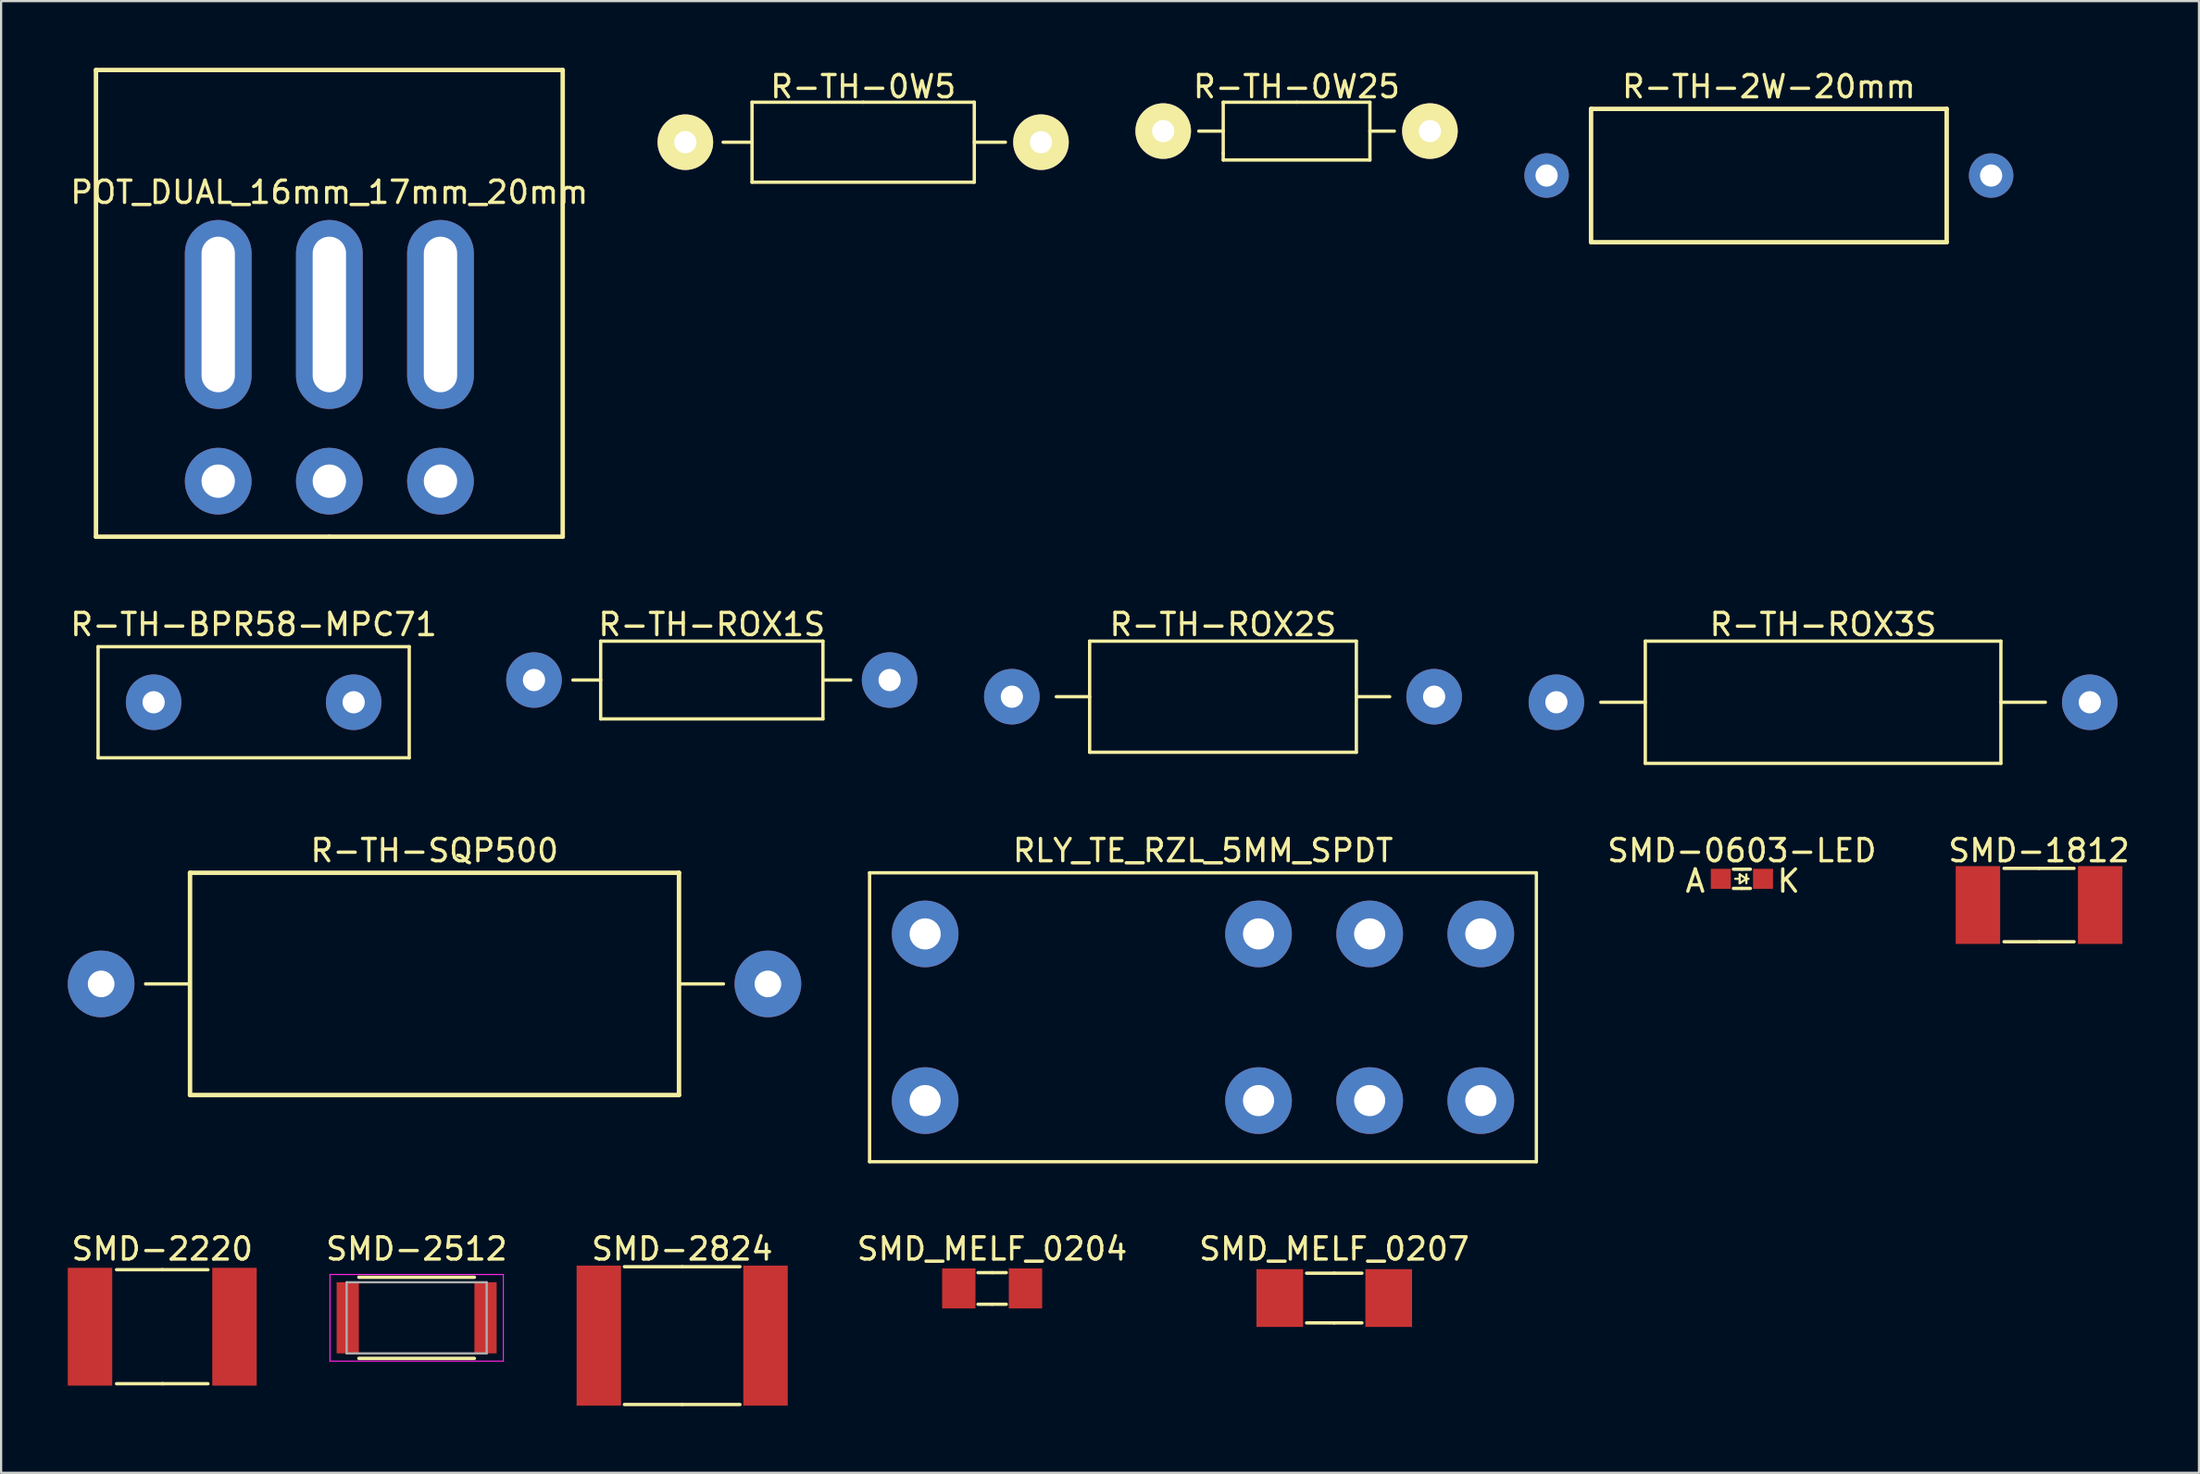
<source format=kicad_pcb>
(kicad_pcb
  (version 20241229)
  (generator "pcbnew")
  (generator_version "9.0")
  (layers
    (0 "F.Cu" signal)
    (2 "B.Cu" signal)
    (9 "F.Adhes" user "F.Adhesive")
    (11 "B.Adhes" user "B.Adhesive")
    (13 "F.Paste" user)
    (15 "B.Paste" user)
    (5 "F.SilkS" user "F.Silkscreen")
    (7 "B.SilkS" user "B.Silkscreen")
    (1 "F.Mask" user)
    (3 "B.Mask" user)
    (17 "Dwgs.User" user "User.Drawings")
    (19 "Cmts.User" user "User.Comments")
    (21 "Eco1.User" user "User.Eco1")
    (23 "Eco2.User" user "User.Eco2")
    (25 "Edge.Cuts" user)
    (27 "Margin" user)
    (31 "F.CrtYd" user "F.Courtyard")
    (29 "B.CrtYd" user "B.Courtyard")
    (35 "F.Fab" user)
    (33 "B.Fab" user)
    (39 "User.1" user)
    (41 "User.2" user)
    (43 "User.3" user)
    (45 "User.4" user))
  (footprint "SMD-1812"
    (layer "F.Cu")
    (at 88.692 37.672)
    (property "Reference" "SMD-1812" (at 0 -2.45 0) (layer "F.SilkS") (effects (font (size 1 1) (thickness 0.15))))
    (attr through_hole)
    (fp_line (start 0 -1.651) (end -1.575 -1.651) (stroke (width 0.15) (type solid)) (layer "F.SilkS"))
    (fp_line (start 0 -1.651) (end 1.575 -1.651) (stroke (width 0.15) (type solid)) (layer "F.SilkS"))
    (fp_line (start 0 1.651) (end -1.575 1.651) (stroke (width 0.15) (type solid)) (layer "F.SilkS"))
    (fp_line (start 0 1.651) (end 1.575 1.651) (stroke (width 0.15) (type solid)) (layer "F.SilkS"))
    (pad "1" smd rect (at -2.75 0) (size 2 3.5) (layers "F.Cu" "F.Mask" "F.Paste"))
    (pad "2" smd rect (at 2.75 0) (size 2 3.5) (layers "F.Cu" "F.Mask" "F.Paste")))
  (footprint "R-TH-ROX2S"
    (layer "F.Cu")
    (at 51.976 28.298)
    (property "Reference" "R-TH-ROX2S" (at 0 -3.25 0) (layer "F.SilkS") (effects (font (size 1 1) (thickness 0.15))))
    (attr through_hole)
    (fp_line (start -6 -2.5) (end 6 -2.5) (stroke (width 0.15) (type solid)) (layer "F.SilkS"))
    (fp_line (start -6 0) (end -7.5 0) (stroke (width 0.15) (type solid)) (layer "F.SilkS"))
    (fp_line (start -6 2.5) (end -6 -2.5) (stroke (width 0.15) (type solid)) (layer "F.SilkS"))
    (fp_line (start 6 -2.5) (end 6 2.5) (stroke (width 0.15) (type solid)) (layer "F.SilkS"))
    (fp_line (start 6 0) (end 7.5 0) (stroke (width 0.15) (type solid)) (layer "F.SilkS"))
    (fp_line (start 6 2.5) (end -6 2.5) (stroke (width 0.15) (type solid)) (layer "F.SilkS"))
    (pad "1" thru_hole circle (at -9.5 0) (size 2.5 2.5) (drill 1) (layers "*.Cu" "*.Mask"))
    (pad "2" thru_hole circle (at 9.5 0) (size 2.5 2.5) (drill 1) (layers "*.Cu" "*.Mask")))
  (footprint "R-TH-BPR58-MPC71"
    (layer "F.Cu")
    (at 8.363 28.548)
    (property "Reference" "R-TH-BPR58-MPC71" (at 0 -3.5 0) (layer "F.SilkS") (effects (font (size 1 1) (thickness 0.15))))
    (attr through_hole)
    (fp_line (start -7 -2.5) (end 7 -2.5) (stroke (width 0.15) (type solid)) (layer "F.SilkS"))
    (fp_line (start -7 2.5) (end -7 -2.5) (stroke (width 0.15) (type solid)) (layer "F.SilkS"))
    (fp_line (start 7 -2.5) (end 7 2.5) (stroke (width 0.15) (type solid)) (layer "F.SilkS"))
    (fp_line (start 7 2.5) (end -7 2.5) (stroke (width 0.15) (type solid)) (layer "F.SilkS"))
    (pad "1" thru_hole circle (at -4.5 0) (size 2.5 2.5) (drill 1) (layers "*.Cu" "*.Mask"))
    (pad "2" thru_hole circle (at 4.5 0) (size 2.5 2.5) (drill 1) (layers "*.Cu" "*.Mask")))
  (footprint "SMD-2512"
    (layer "F.Cu")
    (at 15.696 56.245)
    (property "Reference" "SMD-2512" (at 0 -3.1 0) (layer "F.SilkS") (effects (font (size 1 1) (thickness 0.15))))
    (attr smd)
    (fp_line (start -2.6 -1.825) (end 2.6 -1.825) (stroke (width 0.15) (type solid)) (layer "F.SilkS"))
    (fp_line (start 2.6 1.825) (end -2.6 1.825) (stroke (width 0.15) (type solid)) (layer "F.SilkS"))
    (fp_line (start -3.9 -1.95) (end -3.9 1.95) (stroke (width 0.05) (type solid)) (layer "F.CrtYd"))
    (fp_line (start -3.9 -1.95) (end 3.9 -1.95) (stroke (width 0.05) (type solid)) (layer "F.CrtYd"))
    (fp_line (start -3.9 1.95) (end 3.9 1.95) (stroke (width 0.05) (type solid)) (layer "F.CrtYd"))
    (fp_line (start 3.9 -1.95) (end 3.9 1.95) (stroke (width 0.05) (type solid)) (layer "F.CrtYd"))
    (fp_line (start -3.15 -1.6) (end 3.15 -1.6) (stroke (width 0.1) (type solid)) (layer "F.Fab"))
    (fp_line (start -3.15 1.6) (end -3.15 -1.6) (stroke (width 0.1) (type solid)) (layer "F.Fab"))
    (fp_line (start 3.15 -1.6) (end 3.15 1.6) (stroke (width 0.1) (type solid)) (layer "F.Fab"))
    (fp_line (start 3.15 1.6) (end -3.15 1.6) (stroke (width 0.1) (type solid)) (layer "F.Fab"))
    (pad "1" smd rect (at -3.1 0) (size 1 3.2) (layers "F.Cu" "F.Mask" "F.Paste"))
    (pad "2" smd rect (at 3.1 0) (size 1 3.2) (layers "F.Cu" "F.Mask" "F.Paste")))
  (footprint "R-TH-SQP500"
    (layer "F.Cu")
    (at 16.5 41.221)
    (property "Reference" "R-TH-SQP500" (at 0 -6 0) (layer "F.SilkS") (effects (font (size 1 1) (thickness 0.15))))
    (attr through_hole)
    (fp_line (start -11 -5) (end -11 5) (stroke (width 0.2) (type solid)) (layer "F.SilkS"))
    (fp_line (start -11 0) (end -13 0) (stroke (width 0.15) (type solid)) (layer "F.SilkS"))
    (fp_line (start -11 5) (end 11 5) (stroke (width 0.2) (type solid)) (layer "F.SilkS"))
    (fp_line (start 11 -5) (end -11 -5) (stroke (width 0.2) (type solid)) (layer "F.SilkS"))
    (fp_line (start 11 0) (end 13 0) (stroke (width 0.15) (type solid)) (layer "F.SilkS"))
    (fp_line (start 11 5) (end 11 -5) (stroke (width 0.2) (type solid)) (layer "F.SilkS"))
    (pad "1" thru_hole circle (at -15 0) (size 3 3) (drill 1.2) (layers "*.Cu" "*.Mask"))
    (pad "2" thru_hole circle (at 15 0) (size 3 3) (drill 1.2) (layers "*.Cu" "*.Mask")))
  (footprint "SMD_MELF_0204"
    (layer "F.Cu")
    (at 41.589 54.923)
    (property "Reference" "SMD_MELF_0204" (at 0 -1.778 0) (layer "F.SilkS") (effects (font (size 1 1) (thickness 0.15))))
    (attr smd)
    (fp_line (start 0 -0.711) (end -0.635 -0.711) (stroke (width 0.15) (type solid)) (layer "F.SilkS"))
    (fp_line (start 0 -0.711) (end 0.635 -0.711) (stroke (width 0.15) (type solid)) (layer "F.SilkS"))
    (fp_line (start 0 0.711) (end -0.635 0.711) (stroke (width 0.15) (type solid)) (layer "F.SilkS"))
    (fp_line (start 0 0.711) (end 0.635 0.711) (stroke (width 0.15) (type solid)) (layer "F.SilkS"))
    (pad "1" smd rect (at -1.5 0) (size 1.5 1.8) (layers "F.Cu" "F.Mask" "F.Paste"))
    (pad "2" smd rect (at 1.5 0) (size 1.5 1.8) (layers "F.Cu" "F.Mask" "F.Paste")))
  (footprint "R-TH-0W25"
    (layer "F.Cu")
    (at 55.286 2.848)
    (property "Reference" "R-TH-0W25" (at 0 -2 0) (layer "F.SilkS") (effects (font (size 1 1) (thickness 0.15))))
    (attr through_hole)
    (fp_line (start -3.3 -1.3) (end -3.3 1) (stroke (width 0.15) (type solid)) (layer "F.SilkS"))
    (fp_line (start -3.3 0) (end -4.4 0) (stroke (width 0.15) (type solid)) (layer "F.SilkS"))
    (fp_line (start -3.3 1) (end -3.3 1.3) (stroke (width 0.15) (type solid)) (layer "F.SilkS"))
    (fp_line (start -3.3 1.3) (end 3.3 1.3) (stroke (width 0.15) (type solid)) (layer "F.SilkS"))
    (fp_line (start 0 -1.3) (end -3.3 -1.3) (stroke (width 0.15) (type solid)) (layer "F.SilkS"))
    (fp_line (start 3.3 -1.3) (end 0 -1.3) (stroke (width 0.15) (type solid)) (layer "F.SilkS"))
    (fp_line (start 3.3 0) (end 4.4 0) (stroke (width 0.15) (type solid)) (layer "F.SilkS"))
    (fp_line (start 3.3 1.3) (end 3.3 -1.3) (stroke (width 0.15) (type solid)) (layer "F.SilkS"))
    (pad "1" thru_hole circle (at -6 0) (size 2.5 2.5) (drill 1) (layers "*.Cu" "*.Mask" "F.SilkS"))
    (pad "2" thru_hole circle (at 6 0) (size 2.5 2.5) (drill 1) (layers "*.Cu" "*.Mask" "F.SilkS")))
  (footprint "POT_DUAL_16mm_17mm_20mm"
    (layer "F.Cu")
    (at 11.768 18.6)
    (property "Reference" "POT_DUAL_16mm_17mm_20mm" (at 0 -13 0) (layer "F.SilkS") (effects (font (size 1 1) (thickness 0.15))))
    (attr through_hole)
    (fp_line (start -10.5 -18.5) (end 10.5 -18.5) (stroke (width 0.2) (type solid)) (layer "F.SilkS"))
    (fp_line (start -10.5 2.5) (end -10.5 -18.5) (stroke (width 0.2) (type solid)) (layer "F.SilkS"))
    (fp_line (start 0 2.5) (end -10.5 2.5) (stroke (width 0.2) (type solid)) (layer "F.SilkS"))
    (fp_line (start 10.5 -18.5) (end 10.5 2.5) (stroke (width 0.2) (type solid)) (layer "F.SilkS"))
    (fp_line (start 10.5 2.5) (end 0 2.5) (stroke (width 0.2) (type solid)) (layer "F.SilkS"))
    (pad "1" thru_hole circle (at -5 0) (size 3 3) (drill 1.5) (layers "*.Cu" "*.Mask"))
    (pad "2" thru_hole circle (at 0 0) (size 3 3) (drill 1.5) (layers "*.Cu" "*.Mask"))
    (pad "3" thru_hole circle (at 5 0) (size 3 3) (drill 1.5) (layers "*.Cu" "*.Mask"))
    (pad "4" thru_hole oval (at -5 -7.5) (size 3 8.5) (drill oval 1.5 7) (layers "*.Cu" "*.Mask"))
    (pad "5" thru_hole oval (at 0 -7.5) (size 3 8.5) (drill oval 1.5 7) (layers "*.Cu" "*.Mask"))
    (pad "6" thru_hole oval (at 5 -7.5) (size 3 8.5) (drill oval 1.5 7) (layers "*.Cu" "*.Mask")))
  (footprint "SMD-2824"
    (layer "F.Cu")
    (at 27.643 57.045)
    (property "Reference" "SMD-2824" (at 0 -3.9 0) (layer "F.SilkS") (effects (font (size 1 1) (thickness 0.15))))
    (attr through_hole)
    (fp_line (start 0 -3.1) (end -2.6 -3.1) (stroke (width 0.15) (type solid)) (layer "F.SilkS"))
    (fp_line (start 0 -3.1) (end 2.6 -3.1) (stroke (width 0.15) (type solid)) (layer "F.SilkS"))
    (fp_line (start 0 3.1) (end -2.6 3.1) (stroke (width 0.15) (type solid)) (layer "F.SilkS"))
    (fp_line (start 0 3.1) (end 2.6 3.1) (stroke (width 0.15) (type solid)) (layer "F.SilkS"))
    (pad "1" smd rect (at -3.75 0) (size 2 6.3) (layers "F.Cu" "F.Mask" "F.Paste"))
    (pad "2" smd rect (at 3.75 0) (size 2 6.3) (layers "F.Cu" "F.Mask" "F.Paste")))
  (footprint "R-TH-0W5"
    (layer "F.Cu")
    (at 35.786 3.348)
    (property "Reference" "R-TH-0W5" (at 0 -2.5 0) (layer "F.SilkS") (effects (font (size 1 1) (thickness 0.15))))
    (attr through_hole)
    (fp_line (start -5 -1.8) (end 0 -1.8) (stroke (width 0.15) (type solid)) (layer "F.SilkS"))
    (fp_line (start -5 0) (end -6.3 0) (stroke (width 0.15) (type solid)) (layer "F.SilkS"))
    (fp_line (start -5 1.8) (end -5 -1.8) (stroke (width 0.15) (type solid)) (layer "F.SilkS"))
    (fp_line (start 0 -1.8) (end 5 -1.8) (stroke (width 0.15) (type solid)) (layer "F.SilkS"))
    (fp_line (start 5 -1.8) (end 5 1.8) (stroke (width 0.15) (type solid)) (layer "F.SilkS"))
    (fp_line (start 5 0) (end 6.4 0) (stroke (width 0.15) (type solid)) (layer "F.SilkS"))
    (fp_line (start 5 1.8) (end -5 1.8) (stroke (width 0.15) (type solid)) (layer "F.SilkS"))
    (pad "1" thru_hole circle (at -8 0) (size 2.5 2.5) (drill 1) (layers "*.Cu" "*.Mask" "F.SilkS"))
    (pad "2" thru_hole circle (at 8 0) (size 2.5 2.5) (drill 1) (layers "*.Cu" "*.Mask" "F.SilkS")))
  (footprint "R-TH-2W-20mm"
    (layer "F.Cu")
    (at 76.536 4.848)
    (property "Reference" "R-TH-2W-20mm" (at 0 -4 0) (layer "F.SilkS") (effects (font (size 1 1) (thickness 0.15))))
    (attr through_hole)
    (fp_line (start -8 -3) (end -8 3) (stroke (width 0.2) (type solid)) (layer "F.SilkS"))
    (fp_line (start -8 3) (end 8 3) (stroke (width 0.2) (type solid)) (layer "F.SilkS"))
    (fp_line (start 8 -3) (end -8 -3) (stroke (width 0.2) (type solid)) (layer "F.SilkS"))
    (fp_line (start 8 3) (end 8 -3) (stroke (width 0.2) (type solid)) (layer "F.SilkS"))
    (pad "1" thru_hole circle (at -10 0) (size 2 2) (drill 1) (layers "*.Cu" "*.Mask"))
    (pad "2" thru_hole circle (at 10 0) (size 2 2) (drill 1) (layers "*.Cu" "*.Mask")))
  (footprint "RLY_TE_RZL_5MM_SPDT"
    (layer "F.Cu")
    (at 51.075 42.721)
    (property "Reference" "RLY_TE_RZL_5MM_SPDT" (at 0 -7.5 0) (layer "F.SilkS") (effects (font (size 1 1) (thickness 0.15))))
    (attr through_hole)
    (fp_line (start -15 -6.5) (end -15 6.5) (stroke (width 0.15) (type solid)) (layer "F.SilkS"))
    (fp_line (start -15 6.5) (end 15 6.5) (stroke (width 0.15) (type solid)) (layer "F.SilkS"))
    (fp_line (start 15 -6.5) (end -15 -6.5) (stroke (width 0.15) (type solid)) (layer "F.SilkS"))
    (fp_line (start 15 -6.5) (end 15 6.5) (stroke (width 0.15) (type solid)) (layer "F.SilkS"))
    (pad "11" thru_hole circle (at 7.5 -3.75) (size 3 3) (drill 1.4) (layers "*.Cu" "*.Mask"))
    (pad "11" thru_hole circle (at 7.5 3.75) (size 3 3) (drill 1.4) (layers "*.Cu" "*.Mask"))
    (pad "12" thru_hole circle (at 2.5 -3.75) (size 3 3) (drill 1.4) (layers "*.Cu" "*.Mask"))
    (pad "12" thru_hole circle (at 2.5 3.75) (size 3 3) (drill 1.4) (layers "*.Cu" "*.Mask"))
    (pad "14" thru_hole circle (at 12.5 -3.75) (size 3 3) (drill 1.4) (layers "*.Cu" "*.Mask"))
    (pad "14" thru_hole circle (at 12.5 3.75) (size 3 3) (drill 1.4) (layers "*.Cu" "*.Mask"))
    (pad "A1" thru_hole circle (at -12.5 3.75) (size 3 3) (drill 1.4) (layers "*.Cu" "*.Mask"))
    (pad "A2" thru_hole circle (at -12.5 -3.75) (size 3 3) (drill 1.4) (layers "*.Cu" "*.Mask")))
  (footprint "SMD-2220"
    (layer "F.Cu")
    (at 4.25 56.645)
    (property "Reference" "SMD-2220" (at 0 -3.5 0) (layer "F.SilkS") (effects (font (size 1 1) (thickness 0.15))))
    (attr through_hole)
    (fp_line (start 0 -2.565) (end -2.057 -2.565) (stroke (width 0.15) (type solid)) (layer "F.SilkS"))
    (fp_line (start 0 -2.565) (end 2.057 -2.565) (stroke (width 0.15) (type solid)) (layer "F.SilkS"))
    (fp_line (start 0 2.565) (end 2.057 2.565) (stroke (width 0.15) (type solid)) (layer "F.SilkS"))
    (fp_line (start 0.025 2.565) (end -2.057 2.565) (stroke (width 0.15) (type solid)) (layer "F.SilkS"))
    (pad "1" smd rect (at -3.25 0) (size 2 5.3) (layers "F.Cu" "F.Mask" "F.Paste"))
    (pad "2" smd rect (at 3.25 0) (size 2 5.3) (layers "F.Cu" "F.Mask" "F.Paste")))
  (footprint "R-TH-ROX3S"
    (layer "F.Cu")
    (at 78.976 28.548)
    (property "Reference" "R-TH-ROX3S" (at 0 -3.5 0) (layer "F.SilkS") (effects (font (size 1 1) (thickness 0.15))))
    (attr through_hole)
    (fp_line (start -8 -2.75) (end 8 -2.75) (stroke (width 0.15) (type solid)) (layer "F.SilkS"))
    (fp_line (start -8 0) (end -10 0) (stroke (width 0.15) (type solid)) (layer "F.SilkS"))
    (fp_line (start -8 2.75) (end -8 -2.75) (stroke (width 0.15) (type solid)) (layer "F.SilkS"))
    (fp_line (start 8 -2.75) (end 8 2.75) (stroke (width 0.15) (type solid)) (layer "F.SilkS"))
    (fp_line (start 8 0) (end 10 0) (stroke (width 0.15) (type solid)) (layer "F.SilkS"))
    (fp_line (start 8 2.75) (end -8 2.75) (stroke (width 0.15) (type solid)) (layer "F.SilkS"))
    (pad "1" thru_hole circle (at -12 0) (size 2.5 2.5) (drill 1) (layers "*.Cu" "*.Mask"))
    (pad "2" thru_hole circle (at 12 0) (size 2.5 2.5) (drill 1) (layers "*.Cu" "*.Mask")))
  (footprint "SMD-0603-LED"
    (layer "F.Cu")
    (at 75.323 36.492)
    (property "Reference" "SMD-0603-LED" (at 0 -1.27 0) (layer "F.SilkS") (effects (font (size 1 1) (thickness 0.15))))
    (attr smd)
    (fp_line (start -0.3 0) (end -0.1 0) (stroke (width 0.1) (type solid)) (layer "F.SilkS"))
    (fp_line (start -0.1 -0.2) (end 0.2 0) (stroke (width 0.1) (type solid)) (layer "F.SilkS"))
    (fp_line (start -0.1 0) (end -0.1 -0.2) (stroke (width 0.1) (type solid)) (layer "F.SilkS"))
    (fp_line (start -0.1 0.2) (end -0.1 0) (stroke (width 0.1) (type solid)) (layer "F.SilkS"))
    (fp_line (start 0 -0.432) (end -0.381 -0.432) (stroke (width 0.15) (type solid)) (layer "F.SilkS"))
    (fp_line (start 0 -0.432) (end 0.381 -0.432) (stroke (width 0.15) (type solid)) (layer "F.SilkS"))
    (fp_line (start 0 0.432) (end -0.381 0.432) (stroke (width 0.15) (type solid)) (layer "F.SilkS"))
    (fp_line (start 0 0.432) (end 0.381 0.432) (stroke (width 0.15) (type solid)) (layer "F.SilkS"))
    (fp_line (start 0.2 -0.2) (end 0.2 0.2) (stroke (width 0.1) (type solid)) (layer "F.SilkS"))
    (fp_line (start 0.2 0) (end -0.1 0.2) (stroke (width 0.1) (type solid)) (layer "F.SilkS"))
    (fp_line (start 0.2 0) (end 0.3 0) (stroke (width 0.1) (type solid)) (layer "F.SilkS"))
    (fp_text user "A" (at -2.1 0.1 0) (layer "F.SilkS") (effects (font (size 1 1) (thickness 0.15))))
    (fp_text user "K" (at 2.1 0.1 0) (layer "F.SilkS") (effects (font (size 1 1) (thickness 0.15))))
    (pad "1" smd rect (at -0.95 0) (size 0.9 0.9) (layers "F.Cu" "F.Mask" "F.Paste"))
    (pad "2" smd rect (at 0.95 0) (size 0.9 0.9) (layers "F.Cu" "F.Mask" "F.Paste")))
  (footprint "SMD_MELF_0207"
    (layer "F.Cu")
    (at 56.982 55.355)
    (property "Reference" "SMD_MELF_0207" (at 0 -2.21 0) (layer "F.SilkS") (effects (font (size 1 1) (thickness 0.15))))
    (attr smd)
    (fp_line (start 0 -1.118) (end -1.245 -1.118) (stroke (width 0.15) (type solid)) (layer "F.SilkS"))
    (fp_line (start 0 -1.118) (end 1.245 -1.118) (stroke (width 0.15) (type solid)) (layer "F.SilkS"))
    (fp_line (start 0 1.118) (end -1.245 1.118) (stroke (width 0.15) (type solid)) (layer "F.SilkS"))
    (fp_line (start 0 1.118) (end 1.245 1.118) (stroke (width 0.15) (type solid)) (layer "F.SilkS"))
    (pad "1" smd rect (at -2.45 0) (size 2.1 2.6) (layers "F.Cu" "F.Mask" "F.Paste"))
    (pad "2" smd rect (at 2.45 0) (size 2.1 2.6) (layers "F.Cu" "F.Mask" "F.Paste")))
  (footprint "R-TH-ROX1S"
    (layer "F.Cu")
    (at 28.976 27.548)
    (property "Reference" "R-TH-ROX1S" (at 0 -2.5 0) (layer "F.SilkS") (effects (font (size 1 1) (thickness 0.15))))
    (attr through_hole)
    (fp_line (start -5 -1.75) (end 5 -1.75) (stroke (width 0.15) (type solid)) (layer "F.SilkS"))
    (fp_line (start -5 0) (end -6.25 0) (stroke (width 0.15) (type solid)) (layer "F.SilkS"))
    (fp_line (start -5 1.75) (end -5 -1.75) (stroke (width 0.15) (type solid)) (layer "F.SilkS"))
    (fp_line (start 5 -1.75) (end 5 1.75) (stroke (width 0.15) (type solid)) (layer "F.SilkS"))
    (fp_line (start 5 0) (end 6.25 0) (stroke (width 0.15) (type solid)) (layer "F.SilkS"))
    (fp_line (start 5 1.75) (end -5 1.75) (stroke (width 0.15) (type solid)) (layer "F.SilkS"))
    (pad "1" thru_hole circle (at -8 0) (size 2.5 2.5) (drill 1) (layers "*.Cu" "*.Mask"))
    (pad "2" thru_hole circle (at 8 0) (size 2.5 2.5) (drill 1) (layers "*.Cu" "*.Mask")))
  (gr_rect
    (start -3 -3)
    (end 95.888 63.22)
    (stroke (width 0.1) (type default))
    (fill no)
    (layer "Edge.Cuts")))
</source>
